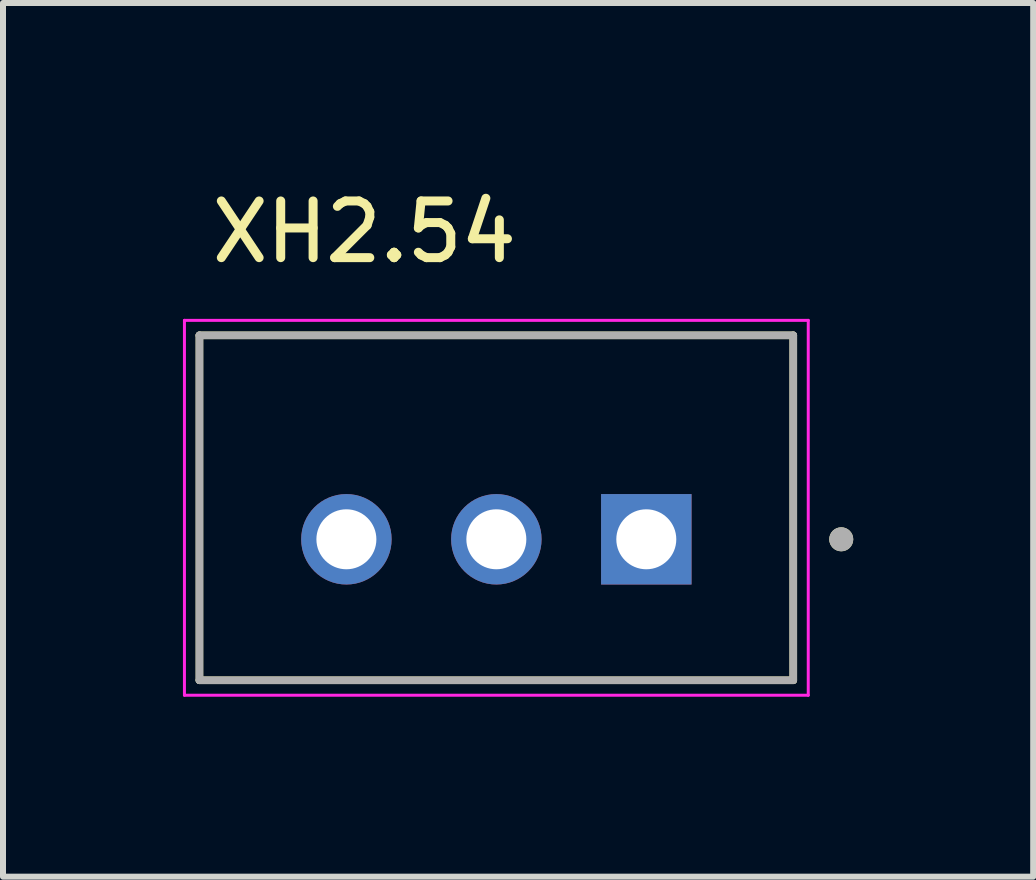
<source format=kicad_pcb>
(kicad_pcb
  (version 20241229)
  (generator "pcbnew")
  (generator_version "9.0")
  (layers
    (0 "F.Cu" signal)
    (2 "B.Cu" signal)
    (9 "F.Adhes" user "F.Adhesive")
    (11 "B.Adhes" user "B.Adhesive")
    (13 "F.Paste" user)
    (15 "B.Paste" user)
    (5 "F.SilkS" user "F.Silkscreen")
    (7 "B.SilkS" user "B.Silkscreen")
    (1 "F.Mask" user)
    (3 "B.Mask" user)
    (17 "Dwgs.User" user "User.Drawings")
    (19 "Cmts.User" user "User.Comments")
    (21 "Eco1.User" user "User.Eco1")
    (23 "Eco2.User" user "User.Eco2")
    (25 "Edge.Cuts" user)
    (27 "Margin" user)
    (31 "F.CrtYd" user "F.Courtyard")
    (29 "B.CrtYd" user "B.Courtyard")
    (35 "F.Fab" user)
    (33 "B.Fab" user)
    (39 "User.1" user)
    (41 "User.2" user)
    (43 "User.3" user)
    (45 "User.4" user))
  (footprint "XH2.54"
    (layer "F.Cu")
    (at 5.225 5.416)
    (property "Reference" "XH2.54" (at -2.2 -4.6 0) (layer "F.SilkS") (effects (font (size 0.945 0.945) (thickness 0.15))))
    (attr through_hole)
    (fp_line (start -4.95 -2.875) (end 4.95 -2.875) (stroke (width 0.127) (type solid)) (layer "F.SilkS"))
    (fp_line (start -4.95 2.875) (end -4.95 -2.875) (stroke (width 0.127) (type solid)) (layer "F.SilkS"))
    (fp_line (start 4.95 -2.875) (end 4.95 2.875) (stroke (width 0.127) (type solid)) (layer "F.SilkS"))
    (fp_line (start 4.95 2.875) (end -4.95 2.875) (stroke (width 0.127) (type solid)) (layer "F.SilkS"))
    (fp_circle (center 5.75 0.525) (end 5.85 0.525) (stroke (width 0.2) (type solid)) (fill no) (layer "F.SilkS"))
    (fp_line (start -5.2 -3.125) (end 5.2 -3.125) (stroke (width 0.05) (type solid)) (layer "F.CrtYd"))
    (fp_line (start -5.2 3.125) (end -5.2 -3.125) (stroke (width 0.05) (type solid)) (layer "F.CrtYd"))
    (fp_line (start 5.2 -3.125) (end 5.2 3.125) (stroke (width 0.05) (type solid)) (layer "F.CrtYd"))
    (fp_line (start 5.2 3.125) (end -5.2 3.125) (stroke (width 0.05) (type solid)) (layer "F.CrtYd"))
    (fp_line (start -4.95 -2.875) (end 4.95 -2.875) (stroke (width 0.127) (type solid)) (layer "F.Fab"))
    (fp_line (start -4.95 2.875) (end -4.95 -2.875) (stroke (width 0.127) (type solid)) (layer "F.Fab"))
    (fp_line (start 4.95 -2.875) (end 4.95 2.875) (stroke (width 0.127) (type solid)) (layer "F.Fab"))
    (fp_line (start 4.95 2.875) (end -4.95 2.875) (stroke (width 0.127) (type solid)) (layer "F.Fab"))
    (fp_circle (center 5.75 0.525) (end 5.85 0.525) (stroke (width 0.2) (type solid)) (fill no) (layer "F.Fab"))
    (pad "1" thru_hole rect (at 2.5 0.525) (size 1.508 1.508) (drill 1) (layers "*.Cu" "*.Mask"))
    (pad "2" thru_hole circle (at 0 0.525) (size 1.508 1.508) (drill 1) (layers "*.Cu" "*.Mask"))
    (pad "3" thru_hole circle (at -2.5 0.525) (size 1.508 1.508) (drill 1) (layers "*.Cu" "*.Mask")))
  (gr_rect
    (start -3 -3)
    (end 14.175 11.566)
    (stroke (width 0.1) (type default))
    (fill no)
    (layer "Edge.Cuts")))
</source>
